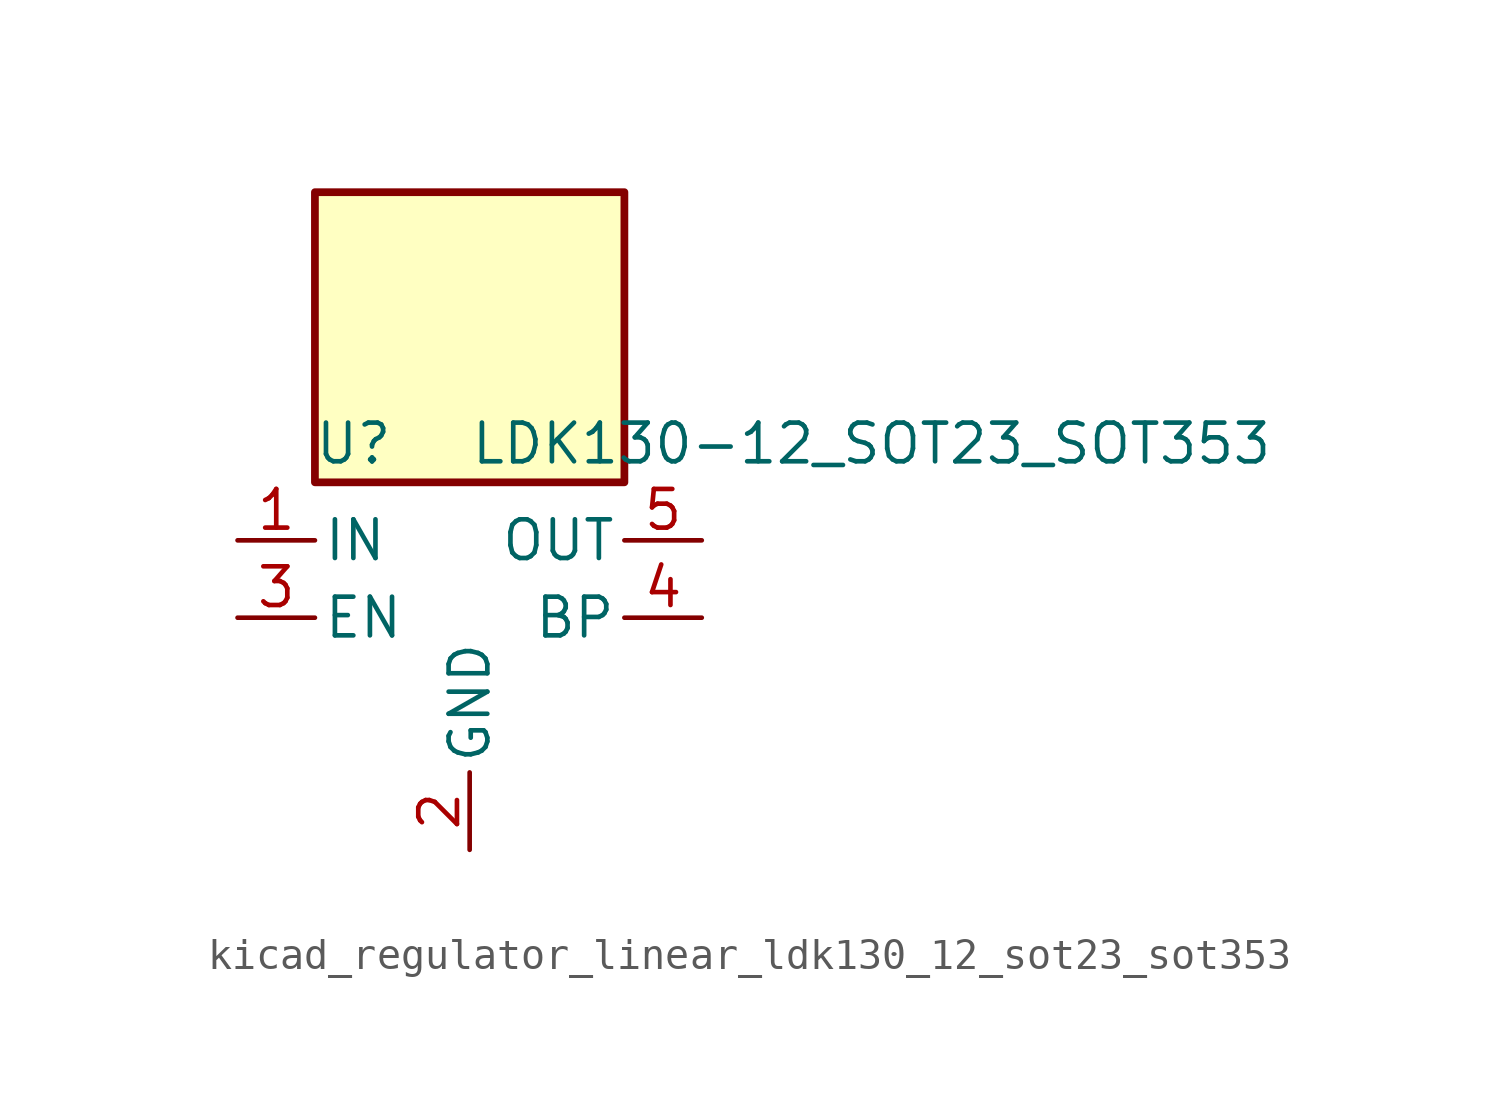
<source format=kicad_sym>
(kicad_symbol_lib
  (version 20220914)
  (generator kicad_symbol_editor)
  (symbol "kicad_regulator_linear_ldk130_12_sot23_sot353"
    (pin_names
      (offset 0.254))
    (property "Reference" "U"
      (at -3.81 5.715 0)
      (effects (font (size 1.27 1.27))))
    (property "Value" "LDK130-12_SOT23_SOT353"
      (at 0 5.715 0)
      (effects (font (size 1.27 1.27)) (justify left)))
    (symbol "kicad_regulator_linear_ldk130_12_sot23_sot353_0_1"
      (rectangle (start 5.08 13.97) (end -5.08 4.445) (stroke (width 0.254) (type default)) (fill (type background))))
    (symbol "kicad_regulator_linear_ldk130_12_sot23_sot353_1_1"
      (pin power_in line (at -7.62 2.54 0) (length 2.54) (name "IN" (effects (font (size 1.27 1.27)))) (number "1" (effects (font (size 1.27 1.27)))))
      (pin power_in line (at 0 -7.62 90) (length 2.54) (name "GND" (effects (font (size 1.27 1.27)))) (number "2" (effects (font (size 1.27 1.27)))))
      (pin input line (at -7.62 0 0) (length 2.54) (name "EN" (effects (font (size 1.27 1.27)))) (number "3" (effects (font (size 1.27 1.27)))))
      (pin passive line (at 7.62 0 180) (length 2.54) (name "BP" (effects (font (size 1.27 1.27)))) (number "4" (effects (font (size 1.27 1.27)))))
      (pin power_out line (at 7.62 2.54 180) (length 2.54) (name "OUT" (effects (font (size 1.27 1.27)))) (number "5" (effects (font (size 1.27 1.27))))))))
</source>
